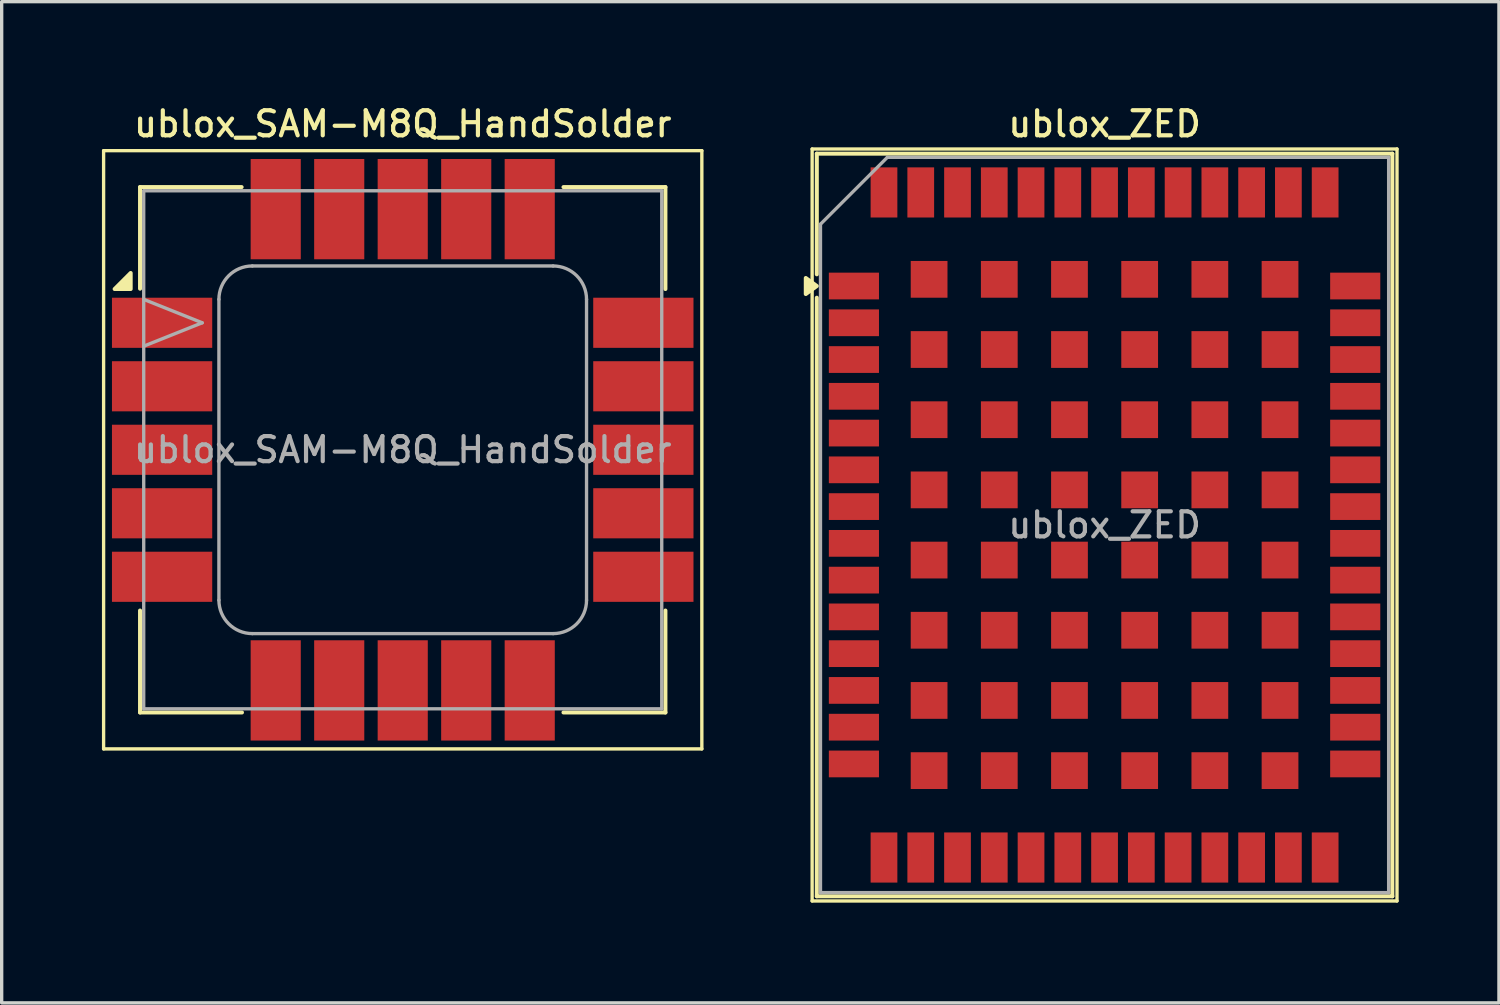
<source format=kicad_pcb>
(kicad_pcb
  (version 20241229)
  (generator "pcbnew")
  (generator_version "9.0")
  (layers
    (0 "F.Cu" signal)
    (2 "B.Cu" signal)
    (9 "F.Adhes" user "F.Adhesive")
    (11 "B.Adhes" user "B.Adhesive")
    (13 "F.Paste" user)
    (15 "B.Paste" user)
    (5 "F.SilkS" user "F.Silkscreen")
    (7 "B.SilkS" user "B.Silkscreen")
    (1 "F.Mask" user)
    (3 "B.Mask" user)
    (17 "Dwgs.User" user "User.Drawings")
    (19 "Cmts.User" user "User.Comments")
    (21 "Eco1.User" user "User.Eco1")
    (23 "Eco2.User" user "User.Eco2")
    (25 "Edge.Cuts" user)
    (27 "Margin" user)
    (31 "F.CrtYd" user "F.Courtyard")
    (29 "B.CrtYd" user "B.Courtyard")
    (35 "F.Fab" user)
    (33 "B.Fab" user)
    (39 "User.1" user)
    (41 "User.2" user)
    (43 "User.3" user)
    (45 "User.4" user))
  (footprint "ublox_ZED"
    (layer "F.Cu")
    (at 30 12.658)
    (property "Reference" "ublox_ZED" (at 0 -12 0) (layer "F.SilkS") (effects (font (size 0.75 0.75) (thickness 0.125))))
    (attr smd)
    (fp_line (start -8.75 -11.25) (end -8.75 11.25) (stroke (width 0.1) (type solid)) (layer "F.SilkS"))
    (fp_line (start -8.75 -11.25) (end 8.75 -11.25) (stroke (width 0.1) (type solid)) (layer "F.SilkS"))
    (fp_line (start -8.75 11.25) (end 8.75 11.25) (stroke (width 0.1) (type solid)) (layer "F.SilkS"))
    (fp_line (start -8.61 -11.11) (end 8.61 -11.11) (stroke (width 0.12) (type solid)) (layer "F.SilkS"))
    (fp_line (start -8.61 -7.5) (end -8.61 -11.11) (stroke (width 0.12) (type default)) (layer "F.SilkS"))
    (fp_line (start -8.61 -6.8) (end -8.61 11.11) (stroke (width 0.12) (type solid)) (layer "F.SilkS"))
    (fp_line (start -8.61 11.11) (end 8.61 11.11) (stroke (width 0.12) (type solid)) (layer "F.SilkS"))
    (fp_line (start 8.61 -11.11) (end 8.61 11.11) (stroke (width 0.12) (type solid)) (layer "F.SilkS"))
    (fp_line (start 8.75 -11.25) (end 8.75 11.25) (stroke (width 0.1) (type solid)) (layer "F.SilkS"))
    (fp_poly (pts (xy -8.61 -7.15) (xy -8.94 -6.91) (xy -8.94 -7.39) (xy -8.61 -7.15)) (stroke (width 0.12) (type solid)) (fill yes) (layer "F.SilkS"))
    (fp_line (start -8.5 -9) (end -8.5 11) (stroke (width 0.1) (type solid)) (layer "F.Fab"))
    (fp_line (start -8.5 -9) (end -6.5 -11) (stroke (width 0.1) (type solid)) (layer "F.Fab"))
    (fp_line (start -8.5 11) (end 8.5 11) (stroke (width 0.1) (type solid)) (layer "F.Fab"))
    (fp_line (start -6.5 -11) (end 8.5 -11) (stroke (width 0.1) (type solid)) (layer "F.Fab"))
    (fp_line (start 8.5 -11) (end 8.5 11) (stroke (width 0.1) (type solid)) (layer "F.Fab"))
    (fp_text user "${REFERENCE}" (at 0 0 0) (layer "F.Fab") (effects (font (size 0.75 0.75) (thickness 0.125))))
    (pad "1" smd rect (at -7.5 -7.15) (size 1.5 0.8) (layers "F.Cu" "F.Mask" "F.Paste"))
    (pad "2" smd rect (at -7.5 -6.05) (size 1.5 0.8) (layers "F.Cu" "F.Mask" "F.Paste"))
    (pad "3" smd rect (at -7.5 -4.95) (size 1.5 0.8) (layers "F.Cu" "F.Mask" "F.Paste"))
    (pad "4" smd rect (at -7.5 -3.85) (size 1.5 0.8) (layers "F.Cu" "F.Mask" "F.Paste"))
    (pad "5" smd rect (at -7.5 -2.75) (size 1.5 0.8) (layers "F.Cu" "F.Mask" "F.Paste"))
    (pad "6" smd rect (at -7.5 -1.65) (size 1.5 0.8) (layers "F.Cu" "F.Mask" "F.Paste"))
    (pad "7" smd rect (at -7.5 -0.55) (size 1.5 0.8) (layers "F.Cu" "F.Mask" "F.Paste"))
    (pad "8" smd rect (at -7.5 0.55) (size 1.5 0.8) (layers "F.Cu" "F.Mask" "F.Paste"))
    (pad "9" smd rect (at -7.5 1.65) (size 1.5 0.8) (layers "F.Cu" "F.Mask" "F.Paste"))
    (pad "10" smd rect (at -7.5 2.75) (size 1.5 0.8) (layers "F.Cu" "F.Mask" "F.Paste"))
    (pad "11" smd rect (at -7.5 3.85) (size 1.5 0.8) (layers "F.Cu" "F.Mask" "F.Paste"))
    (pad "12" smd rect (at -7.5 4.95) (size 1.5 0.8) (layers "F.Cu" "F.Mask" "F.Paste"))
    (pad "13" smd rect (at -7.5 6.05) (size 1.5 0.8) (layers "F.Cu" "F.Mask" "F.Paste"))
    (pad "14" smd rect (at -7.5 7.15) (size 1.5 0.8) (layers "F.Cu" "F.Mask" "F.Paste"))
    (pad "15" smd rect (at -6.6 9.95 90) (size 1.5 0.8) (layers "F.Cu" "F.Mask" "F.Paste"))
    (pad "16" smd rect (at -5.5 9.95 90) (size 1.5 0.8) (layers "F.Cu" "F.Mask" "F.Paste"))
    (pad "17" smd rect (at -4.4 9.95 90) (size 1.5 0.8) (layers "F.Cu" "F.Mask" "F.Paste"))
    (pad "18" smd rect (at -3.3 9.95 270) (size 1.5 0.8) (layers "F.Cu" "F.Mask" "F.Paste"))
    (pad "19" smd rect (at -2.2 9.95 90) (size 1.5 0.8) (layers "F.Cu" "F.Mask" "F.Paste"))
    (pad "20" smd rect (at -1.1 9.95 90) (size 1.5 0.8) (layers "F.Cu" "F.Mask" "F.Paste"))
    (pad "21" smd rect (at 0 9.95 90) (size 1.5 0.8) (layers "F.Cu" "F.Mask" "F.Paste"))
    (pad "22" smd rect (at 1.1 9.95 90) (size 1.5 0.8) (layers "F.Cu" "F.Mask" "F.Paste"))
    (pad "23" smd rect (at 2.2 9.95 90) (size 1.5 0.8) (layers "F.Cu" "F.Mask" "F.Paste"))
    (pad "24" smd rect (at 3.3 9.95 90) (size 1.5 0.8) (layers "F.Cu" "F.Mask" "F.Paste"))
    (pad "25" smd rect (at 4.4 9.95 90) (size 1.5 0.8) (layers "F.Cu" "F.Mask" "F.Paste"))
    (pad "26" smd rect (at 5.5 9.95 90) (size 1.5 0.8) (layers "F.Cu" "F.Mask" "F.Paste"))
    (pad "27" smd rect (at 6.6 9.95 90) (size 1.5 0.8) (layers "F.Cu" "F.Mask" "F.Paste"))
    (pad "28" smd rect (at 7.5 7.15) (size 1.5 0.8) (layers "F.Cu" "F.Mask" "F.Paste"))
    (pad "29" smd rect (at 7.5 6.05) (size 1.5 0.8) (layers "F.Cu" "F.Mask" "F.Paste"))
    (pad "30" smd rect (at 7.5 4.95) (size 1.5 0.8) (layers "F.Cu" "F.Mask" "F.Paste"))
    (pad "31" smd rect (at 7.5 3.85) (size 1.5 0.8) (layers "F.Cu" "F.Mask" "F.Paste"))
    (pad "32" smd rect (at 7.5 2.75) (size 1.5 0.8) (layers "F.Cu" "F.Mask" "F.Paste"))
    (pad "33" smd rect (at 7.5 1.65) (size 1.5 0.8) (layers "F.Cu" "F.Mask" "F.Paste"))
    (pad "34" smd rect (at 7.5 0.55) (size 1.5 0.8) (layers "F.Cu" "F.Mask" "F.Paste"))
    (pad "35" smd rect (at 7.5 -0.55) (size 1.5 0.8) (layers "F.Cu" "F.Mask" "F.Paste"))
    (pad "36" smd rect (at 7.5 -1.65) (size 1.5 0.8) (layers "F.Cu" "F.Mask" "F.Paste"))
    (pad "37" smd rect (at 7.5 -2.75) (size 1.5 0.8) (layers "F.Cu" "F.Mask" "F.Paste"))
    (pad "38" smd rect (at 7.5 -3.85) (size 1.5 0.8) (layers "F.Cu" "F.Mask" "F.Paste"))
    (pad "39" smd rect (at 7.5 -4.95) (size 1.5 0.8) (layers "F.Cu" "F.Mask" "F.Paste"))
    (pad "40" smd rect (at 7.5 -6.05) (size 1.5 0.8) (layers "F.Cu" "F.Mask" "F.Paste"))
    (pad "41" smd rect (at 7.5 -7.15) (size 1.5 0.8) (layers "F.Cu" "F.Mask" "F.Paste"))
    (pad "42" smd rect (at 6.6 -9.95 90) (size 1.5 0.8) (layers "F.Cu" "F.Mask" "F.Paste"))
    (pad "43" smd rect (at 5.5 -9.95 90) (size 1.5 0.8) (layers "F.Cu" "F.Mask" "F.Paste"))
    (pad "44" smd rect (at 4.4 -9.95 90) (size 1.5 0.8) (layers "F.Cu" "F.Mask" "F.Paste"))
    (pad "45" smd rect (at 3.3 -9.95 90) (size 1.5 0.8) (layers "F.Cu" "F.Mask" "F.Paste"))
    (pad "46" smd rect (at 2.2 -9.95 90) (size 1.5 0.8) (layers "F.Cu" "F.Mask" "F.Paste"))
    (pad "47" smd rect (at 1.1 -9.95 90) (size 1.5 0.8) (layers "F.Cu" "F.Mask" "F.Paste"))
    (pad "48" smd rect (at 0 -9.95 90) (size 1.5 0.8) (layers "F.Cu" "F.Mask" "F.Paste"))
    (pad "49" smd rect (at -1.1 -9.95 90) (size 1.5 0.8) (layers "F.Cu" "F.Mask" "F.Paste"))
    (pad "50" smd rect (at -2.2 -9.95 90) (size 1.5 0.8) (layers "F.Cu" "F.Mask" "F.Paste"))
    (pad "51" smd rect (at -3.3 -9.95 90) (size 1.5 0.8) (layers "F.Cu" "F.Mask" "F.Paste"))
    (pad "52" smd rect (at -4.4 -9.95 90) (size 1.5 0.8) (layers "F.Cu" "F.Mask" "F.Paste"))
    (pad "53" smd rect (at -5.5 -9.95 90) (size 1.5 0.8) (layers "F.Cu" "F.Mask" "F.Paste"))
    (pad "54" smd rect (at -6.6 -9.95 90) (size 1.5 0.8) (layers "F.Cu" "F.Mask" "F.Paste"))
    (pad "55" smd rect (at -5.25 -7.35) (size 1.1 1.1) (layers "F.Cu" "F.Mask" "F.Paste"))
    (pad "55" smd rect (at -5.25 -5.25) (size 1.1 1.1) (layers "F.Cu" "F.Mask" "F.Paste"))
    (pad "55" smd rect (at -5.25 -3.15) (size 1.1 1.1) (layers "F.Cu" "F.Mask" "F.Paste"))
    (pad "55" smd rect (at -5.25 -1.05) (size 1.1 1.1) (layers "F.Cu" "F.Mask" "F.Paste"))
    (pad "55" smd rect (at -5.25 1.05) (size 1.1 1.1) (layers "F.Cu" "F.Mask" "F.Paste"))
    (pad "55" smd rect (at -5.25 3.15) (size 1.1 1.1) (layers "F.Cu" "F.Mask" "F.Paste"))
    (pad "55" smd rect (at -5.25 5.25) (size 1.1 1.1) (layers "F.Cu" "F.Mask" "F.Paste"))
    (pad "55" smd rect (at -5.25 7.35) (size 1.1 1.1) (layers "F.Cu" "F.Mask" "F.Paste"))
    (pad "55" smd rect (at -3.15 -7.35) (size 1.1 1.1) (layers "F.Cu" "F.Mask" "F.Paste"))
    (pad "55" smd rect (at -3.15 -5.25) (size 1.1 1.1) (layers "F.Cu" "F.Mask" "F.Paste"))
    (pad "55" smd rect (at -3.15 -3.15) (size 1.1 1.1) (layers "F.Cu" "F.Mask" "F.Paste"))
    (pad "55" smd rect (at -3.15 -1.05) (size 1.1 1.1) (layers "F.Cu" "F.Mask" "F.Paste"))
    (pad "55" smd rect (at -3.15 1.05) (size 1.1 1.1) (layers "F.Cu" "F.Mask" "F.Paste"))
    (pad "55" smd rect (at -3.15 3.15) (size 1.1 1.1) (layers "F.Cu" "F.Mask" "F.Paste"))
    (pad "55" smd rect (at -3.15 5.25) (size 1.1 1.1) (layers "F.Cu" "F.Mask" "F.Paste"))
    (pad "55" smd rect (at -3.15 7.35) (size 1.1 1.1) (layers "F.Cu" "F.Mask" "F.Paste"))
    (pad "55" smd rect (at -1.05 -7.35) (size 1.1 1.1) (layers "F.Cu" "F.Mask" "F.Paste"))
    (pad "55" smd rect (at -1.05 -5.25) (size 1.1 1.1) (layers "F.Cu" "F.Mask" "F.Paste"))
    (pad "55" smd rect (at -1.05 -3.15) (size 1.1 1.1) (layers "F.Cu" "F.Mask" "F.Paste"))
    (pad "55" smd rect (at -1.05 -1.05) (size 1.1 1.1) (layers "F.Cu" "F.Mask" "F.Paste"))
    (pad "55" smd rect (at -1.05 1.05) (size 1.1 1.1) (layers "F.Cu" "F.Mask" "F.Paste"))
    (pad "55" smd rect (at -1.05 3.15) (size 1.1 1.1) (layers "F.Cu" "F.Mask" "F.Paste"))
    (pad "55" smd rect (at -1.05 5.25) (size 1.1 1.1) (layers "F.Cu" "F.Mask" "F.Paste"))
    (pad "55" smd rect (at -1.05 7.35) (size 1.1 1.1) (layers "F.Cu" "F.Mask" "F.Paste"))
    (pad "55" smd rect (at 1.05 -7.35) (size 1.1 1.1) (layers "F.Cu" "F.Mask" "F.Paste"))
    (pad "55" smd rect (at 1.05 -5.25) (size 1.1 1.1) (layers "F.Cu" "F.Mask" "F.Paste"))
    (pad "55" smd rect (at 1.05 -3.15) (size 1.1 1.1) (layers "F.Cu" "F.Mask" "F.Paste"))
    (pad "55" smd rect (at 1.05 -1.05) (size 1.1 1.1) (layers "F.Cu" "F.Mask" "F.Paste"))
    (pad "55" smd rect (at 1.05 1.05) (size 1.1 1.1) (layers "F.Cu" "F.Mask" "F.Paste"))
    (pad "55" smd rect (at 1.05 3.15) (size 1.1 1.1) (layers "F.Cu" "F.Mask" "F.Paste"))
    (pad "55" smd rect (at 1.05 5.25) (size 1.1 1.1) (layers "F.Cu" "F.Mask" "F.Paste"))
    (pad "55" smd rect (at 1.05 7.35) (size 1.1 1.1) (layers "F.Cu" "F.Mask" "F.Paste"))
    (pad "55" smd rect (at 3.15 -7.35) (size 1.1 1.1) (layers "F.Cu" "F.Mask" "F.Paste"))
    (pad "55" smd rect (at 3.15 -5.25) (size 1.1 1.1) (layers "F.Cu" "F.Mask" "F.Paste"))
    (pad "55" smd rect (at 3.15 -3.15) (size 1.1 1.1) (layers "F.Cu" "F.Mask" "F.Paste"))
    (pad "55" smd rect (at 3.15 -1.05) (size 1.1 1.1) (layers "F.Cu" "F.Mask" "F.Paste"))
    (pad "55" smd rect (at 3.15 1.05) (size 1.1 1.1) (layers "F.Cu" "F.Mask" "F.Paste"))
    (pad "55" smd rect (at 3.15 3.15) (size 1.1 1.1) (layers "F.Cu" "F.Mask" "F.Paste"))
    (pad "55" smd rect (at 3.15 5.25) (size 1.1 1.1) (layers "F.Cu" "F.Mask" "F.Paste"))
    (pad "55" smd rect (at 3.15 7.35) (size 1.1 1.1) (layers "F.Cu" "F.Mask" "F.Paste"))
    (pad "55" smd rect (at 5.25 -7.35) (size 1.1 1.1) (layers "F.Cu" "F.Mask" "F.Paste"))
    (pad "55" smd rect (at 5.25 -5.25) (size 1.1 1.1) (layers "F.Cu" "F.Mask" "F.Paste"))
    (pad "55" smd rect (at 5.25 -3.15) (size 1.1 1.1) (layers "F.Cu" "F.Mask" "F.Paste"))
    (pad "55" smd rect (at 5.25 -1.05) (size 1.1 1.1) (layers "F.Cu" "F.Mask" "F.Paste"))
    (pad "55" smd rect (at 5.25 1.05) (size 1.1 1.1) (layers "F.Cu" "F.Mask" "F.Paste"))
    (pad "55" smd rect (at 5.25 3.15) (size 1.1 1.1) (layers "F.Cu" "F.Mask" "F.Paste"))
    (pad "55" smd rect (at 5.25 5.25) (size 1.1 1.1) (layers "F.Cu" "F.Mask" "F.Paste"))
    (pad "55" smd rect (at 5.25 7.35) (size 1.1 1.1) (layers "F.Cu" "F.Mask" "F.Paste")))
  (footprint "ublox_SAM-M8Q_HandSolder"
    (layer "F.Cu")
    (at 9 10.408)
    (property "Reference" "ublox_SAM-M8Q_HandSolder" (at 0 -9.75 0) (layer "F.SilkS") (effects (font (size 0.75 0.75) (thickness 0.125))))
    (attr smd)
    (fp_line (start -8.95 -8.95) (end -8.95 8.95) (stroke (width 0.1) (type solid)) (layer "F.SilkS"))
    (fp_line (start -8.95 8.95) (end 8.95 8.95) (stroke (width 0.1) (type solid)) (layer "F.SilkS"))
    (fp_line (start -7.86 -7.86) (end -7.86 -4.82) (stroke (width 0.12) (type solid)) (layer "F.SilkS"))
    (fp_line (start -7.86 4.81) (end -7.86 7.86) (stroke (width 0.12) (type solid)) (layer "F.SilkS"))
    (fp_line (start -7.86 7.86) (end -4.81 7.86) (stroke (width 0.12) (type solid)) (layer "F.SilkS"))
    (fp_line (start -4.82 -7.86) (end -7.86 -7.86) (stroke (width 0.12) (type solid)) (layer "F.SilkS"))
    (fp_line (start 4.81 -7.86) (end 7.86 -7.86) (stroke (width 0.12) (type solid)) (layer "F.SilkS"))
    (fp_line (start 4.81 7.86) (end 7.86 7.86) (stroke (width 0.12) (type solid)) (layer "F.SilkS"))
    (fp_line (start 7.86 -7.86) (end 7.86 -4.81) (stroke (width 0.12) (type solid)) (layer "F.SilkS"))
    (fp_line (start 7.86 4.81) (end 7.86 7.86) (stroke (width 0.12) (type solid)) (layer "F.SilkS"))
    (fp_line (start 8.95 -8.95) (end -8.95 -8.95) (stroke (width 0.1) (type solid)) (layer "F.SilkS"))
    (fp_line (start 8.95 8.95) (end 8.95 -8.95) (stroke (width 0.1) (type solid)) (layer "F.SilkS"))
    (fp_poly (pts (xy -8.14 -4.81) (xy -8.14 -5.29) (xy -8.62 -4.81)) (stroke (width 0.12) (type solid)) (fill yes) (layer "F.SilkS"))
    (fp_line (start -7.75 -7.75) (end 7.75 -7.75) (stroke (width 0.1) (type solid)) (layer "F.Fab"))
    (fp_line (start -7.75 7.75) (end -7.75 -7.75) (stroke (width 0.1) (type solid)) (layer "F.Fab"))
    (fp_line (start -6 -3.8) (end -7.75 -4.5) (stroke (width 0.1) (type solid)) (layer "F.Fab"))
    (fp_line (start -6 -3.8) (end -7.75 -3.1) (stroke (width 0.1) (type solid)) (layer "F.Fab"))
    (fp_line (start -5.5 -4.5) (end -5.5 4.5) (stroke (width 0.1) (type solid)) (layer "F.Fab"))
    (fp_line (start -4.5 5.5) (end 4.5 5.5) (stroke (width 0.1) (type solid)) (layer "F.Fab"))
    (fp_line (start 4.5 -5.5) (end -4.5 -5.5) (stroke (width 0.1) (type solid)) (layer "F.Fab"))
    (fp_line (start 5.5 4.5) (end 5.5 -4.5) (stroke (width 0.1) (type solid)) (layer "F.Fab"))
    (fp_line (start 7.75 -7.75) (end 7.75 7.75) (stroke (width 0.1) (type solid)) (layer "F.Fab"))
    (fp_line (start 7.75 7.75) (end -7.75 7.75) (stroke (width 0.1) (type solid)) (layer "F.Fab"))
    (fp_arc (start -5.5 -4.5) (mid -5.207107 -5.207107) (end -4.5 -5.5) (stroke (width 0.1) (type solid)) (layer "F.Fab"))
    (fp_arc (start -4.5 5.5) (mid -5.207107 5.207107) (end -5.5 4.5) (stroke (width 0.1) (type solid)) (layer "F.Fab"))
    (fp_arc (start 4.5 -5.5) (mid 5.207107 -5.207107) (end 5.5 -4.5) (stroke (width 0.1) (type solid)) (layer "F.Fab"))
    (fp_arc (start 5.5 4.5) (mid 5.207107 5.207107) (end 4.5 5.5) (stroke (width 0.1) (type solid)) (layer "F.Fab"))
    (fp_text user "${REFERENCE}" (at 0 0 0) (layer "F.Fab") (effects (font (size 0.75 0.75) (thickness 0.125))))
    (pad "1" smd rect (at -7.2 -3.8) (size 3 1.5) (layers "F.Cu" "F.Mask" "F.Paste"))
    (pad "2" smd rect (at -7.2 -1.9) (size 3 1.5) (layers "F.Cu" "F.Mask" "F.Paste"))
    (pad "3" smd rect (at -7.2 0) (size 3 1.5) (layers "F.Cu" "F.Mask" "F.Paste"))
    (pad "4" smd rect (at -7.2 1.9) (size 3 1.5) (layers "F.Cu" "F.Mask" "F.Paste"))
    (pad "5" smd rect (at -7.2 3.8) (size 3 1.5) (layers "F.Cu" "F.Mask" "F.Paste"))
    (pad "6" smd rect (at -3.8 7.2) (size 1.5 3) (layers "F.Cu" "F.Mask" "F.Paste"))
    (pad "7" smd rect (at -1.9 7.2) (size 1.5 3) (layers "F.Cu" "F.Mask" "F.Paste"))
    (pad "8" smd rect (at 0 7.2) (size 1.5 3) (layers "F.Cu" "F.Mask" "F.Paste"))
    (pad "9" smd rect (at 1.9 7.2) (size 1.5 3) (layers "F.Cu" "F.Mask" "F.Paste"))
    (pad "10" smd rect (at 3.8 7.2) (size 1.5 3) (layers "F.Cu" "F.Mask" "F.Paste"))
    (pad "11" smd rect (at 7.2 3.8) (size 3 1.5) (layers "F.Cu" "F.Mask" "F.Paste"))
    (pad "12" smd rect (at 7.2 1.9) (size 3 1.5) (layers "F.Cu" "F.Mask" "F.Paste"))
    (pad "13" smd rect (at 7.2 0) (size 3 1.5) (layers "F.Cu" "F.Mask" "F.Paste"))
    (pad "14" smd rect (at 7.2 -1.9) (size 3 1.5) (layers "F.Cu" "F.Mask" "F.Paste"))
    (pad "15" smd rect (at 7.2 -3.8) (size 3 1.5) (layers "F.Cu" "F.Mask" "F.Paste"))
    (pad "16" smd rect (at 3.8 -7.2) (size 1.5 3) (layers "F.Cu" "F.Mask" "F.Paste"))
    (pad "17" smd rect (at 1.9 -7.2) (size 1.5 3) (layers "F.Cu" "F.Mask" "F.Paste"))
    (pad "18" smd rect (at 0 -7.2) (size 1.5 3) (layers "F.Cu" "F.Mask" "F.Paste"))
    (pad "19" smd rect (at -1.9 -7.2) (size 1.5 3) (layers "F.Cu" "F.Mask" "F.Paste"))
    (pad "20" smd rect (at -3.8 -7.2) (size 1.5 3) (layers "F.Cu" "F.Mask" "F.Paste")))
  (gr_rect
    (start -3 -3)
    (end 41.8 26.958)
    (stroke (width 0.1) (type default))
    (fill no)
    (layer "Edge.Cuts")))
</source>
